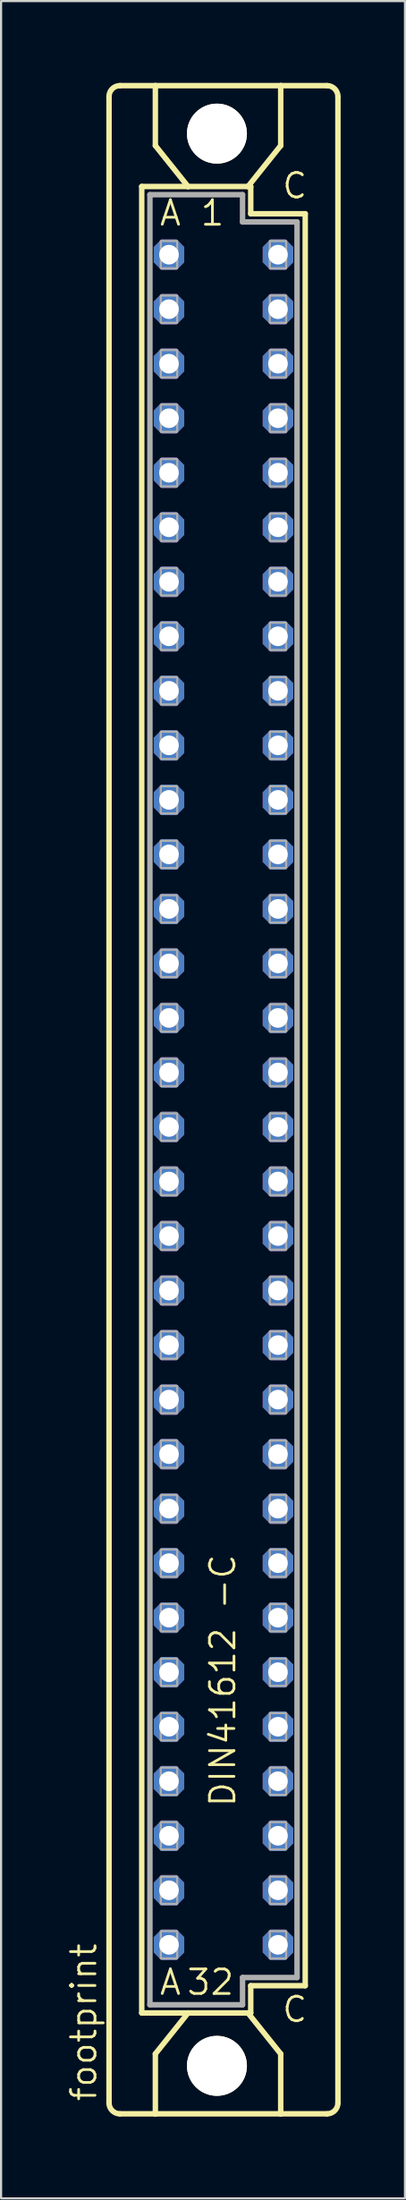
<source format=kicad_pcb>
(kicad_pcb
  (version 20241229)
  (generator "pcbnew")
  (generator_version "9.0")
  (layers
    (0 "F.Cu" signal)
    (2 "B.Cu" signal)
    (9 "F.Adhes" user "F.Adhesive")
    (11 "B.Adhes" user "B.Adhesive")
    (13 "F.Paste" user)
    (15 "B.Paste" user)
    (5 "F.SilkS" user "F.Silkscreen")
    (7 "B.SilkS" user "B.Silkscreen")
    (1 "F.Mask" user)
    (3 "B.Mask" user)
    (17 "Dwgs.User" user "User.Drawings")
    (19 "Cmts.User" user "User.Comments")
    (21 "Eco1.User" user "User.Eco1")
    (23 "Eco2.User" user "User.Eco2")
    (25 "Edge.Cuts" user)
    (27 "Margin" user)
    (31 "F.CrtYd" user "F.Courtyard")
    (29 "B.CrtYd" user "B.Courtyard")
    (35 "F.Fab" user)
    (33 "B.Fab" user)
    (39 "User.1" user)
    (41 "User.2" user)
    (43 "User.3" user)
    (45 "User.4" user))
  (footprint "footprint"
    (layer "F.Cu")
    (at 7.366 48.184)
    (property "Reference" "footprint" (at -5.842 46.736 90) (layer "F.SilkS") (effects (font (size 1.143 1.143) (thickness 0.127)) (justify left bottom)))
    (fp_line (start -5.334 46.736) (end -5.334 -46.736) (stroke (width 0.254) (type solid)) (layer "F.SilkS"))
    (fp_line (start -4.826 -47.244) (end -3.175 -47.244) (stroke (width 0.254) (type solid)) (layer "F.SilkS"))
    (fp_line (start -4.826 47.244) (end -3.175 47.244) (stroke (width 0.254) (type solid)) (layer "F.SilkS"))
    (fp_line (start -3.81 -42.545) (end -3.81 42.545) (stroke (width 0.254) (type solid)) (layer "F.SilkS"))
    (fp_line (start -3.81 42.545) (end -1.651 42.545) (stroke (width 0.254) (type solid)) (layer "F.SilkS"))
    (fp_line (start -3.175 -47.244) (end -3.175 -44.45) (stroke (width 0.254) (type solid)) (layer "F.SilkS"))
    (fp_line (start -3.175 47.244) (end -3.175 44.45) (stroke (width 0.254) (type solid)) (layer "F.SilkS"))
    (fp_line (start -3.175 47.244) (end 2.667 47.244) (stroke (width 0.254) (type solid)) (layer "F.SilkS"))
    (fp_line (start -1.651 -42.545) (end -3.81 -42.545) (stroke (width 0.254) (type solid)) (layer "F.SilkS"))
    (fp_line (start -1.651 -42.545) (end -3.175 -44.45) (stroke (width 0.254) (type solid)) (layer "F.SilkS"))
    (fp_line (start -1.651 42.545) (end -3.175 44.45) (stroke (width 0.254) (type solid)) (layer "F.SilkS"))
    (fp_line (start -1.651 42.545) (end 1.143 42.545) (stroke (width 0.254) (type solid)) (layer "F.SilkS"))
    (fp_line (start 1.143 -42.545) (end -1.651 -42.545) (stroke (width 0.254) (type solid)) (layer "F.SilkS"))
    (fp_line (start 1.143 -42.545) (end 2.667 -44.45) (stroke (width 0.254) (type solid)) (layer "F.SilkS"))
    (fp_line (start 1.143 42.545) (end 1.27 42.545) (stroke (width 0.254) (type solid)) (layer "F.SilkS"))
    (fp_line (start 1.143 42.545) (end 2.667 44.45) (stroke (width 0.254) (type solid)) (layer "F.SilkS"))
    (fp_line (start 1.27 -42.545) (end 1.143 -42.545) (stroke (width 0.254) (type solid)) (layer "F.SilkS"))
    (fp_line (start 1.27 -41.275) (end 1.27 -42.545) (stroke (width 0.254) (type solid)) (layer "F.SilkS"))
    (fp_line (start 1.27 41.275) (end 3.81 41.275) (stroke (width 0.254) (type solid)) (layer "F.SilkS"))
    (fp_line (start 1.27 42.545) (end 1.27 41.275) (stroke (width 0.254) (type solid)) (layer "F.SilkS"))
    (fp_line (start 2.667 -47.244) (end -3.175 -47.244) (stroke (width 0.254) (type solid)) (layer "F.SilkS"))
    (fp_line (start 2.667 -47.244) (end 2.667 -44.45) (stroke (width 0.254) (type solid)) (layer "F.SilkS"))
    (fp_line (start 2.667 47.244) (end 2.667 44.45) (stroke (width 0.254) (type solid)) (layer "F.SilkS"))
    (fp_line (start 2.667 47.244) (end 4.826 47.244) (stroke (width 0.254) (type solid)) (layer "F.SilkS"))
    (fp_line (start 3.81 -41.275) (end 1.27 -41.275) (stroke (width 0.254) (type solid)) (layer "F.SilkS"))
    (fp_line (start 3.81 41.275) (end 3.81 -41.275) (stroke (width 0.254) (type solid)) (layer "F.SilkS"))
    (fp_line (start 4.826 -47.244) (end 2.667 -47.244) (stroke (width 0.254) (type solid)) (layer "F.SilkS"))
    (fp_line (start 5.334 46.736) (end 5.334 -46.736) (stroke (width 0.254) (type solid)) (layer "F.SilkS"))
    (fp_arc (start -5.334 -46.736) (mid -5.18521 -47.09521) (end -4.826 -47.244) (stroke (width 0.254) (type solid)) (layer "F.SilkS"))
    (fp_arc (start -4.826 47.244) (mid -5.18521 47.09521) (end -5.334 46.736) (stroke (width 0.254) (type solid)) (layer "F.SilkS"))
    (fp_arc (start 4.826 -47.244) (mid 5.18521 -47.09521) (end 5.334 -46.736) (stroke (width 0.254) (type solid)) (layer "F.SilkS"))
    (fp_arc (start 5.334 46.736) (mid 5.18521 47.09521) (end 4.826 47.244) (stroke (width 0.254) (type solid)) (layer "F.SilkS"))
    (fp_circle (center -0.305 -45.009) (end 0.965 -45.009) (stroke (width 0.254) (type solid)) (fill no) (layer "F.SilkS"))
    (fp_circle (center -0.305 45.009) (end 0.965 45.009) (stroke (width 0.254) (type solid)) (fill no) (layer "F.SilkS"))
    (fp_line (start -3.429 -42.164) (end -3.429 42.164) (stroke (width 0.254) (type solid)) (layer "F.Fab"))
    (fp_line (start -3.429 -42.164) (end 0.889 -42.164) (stroke (width 0.254) (type solid)) (layer "F.Fab"))
    (fp_line (start -3.429 42.164) (end 0.889 42.164) (stroke (width 0.254) (type solid)) (layer "F.Fab"))
    (fp_line (start 0.889 -42.164) (end 0.889 -40.894) (stroke (width 0.254) (type solid)) (layer "F.Fab"))
    (fp_line (start 0.889 -40.894) (end 3.429 -40.894) (stroke (width 0.254) (type solid)) (layer "F.Fab"))
    (fp_line (start 0.889 40.894) (end 3.429 40.894) (stroke (width 0.254) (type solid)) (layer "F.Fab"))
    (fp_line (start 0.889 42.164) (end 0.889 40.894) (stroke (width 0.254) (type solid)) (layer "F.Fab"))
    (fp_line (start 3.429 -40.894) (end 3.429 40.894) (stroke (width 0.254) (type solid)) (layer "F.Fab"))
    (fp_poly (pts (xy -2.921 -38.735) (xy -2.159 -38.735) (xy -2.159 -40.005) (xy -2.921 -40.005)) (stroke (width 0.1) (type solid)) (fill no) (layer "F.Fab"))
    (fp_poly (pts (xy -2.921 -36.195) (xy -2.159 -36.195) (xy -2.159 -37.465) (xy -2.921 -37.465)) (stroke (width 0.1) (type solid)) (fill no) (layer "F.Fab"))
    (fp_poly (pts (xy -2.921 -33.655) (xy -2.159 -33.655) (xy -2.159 -34.925) (xy -2.921 -34.925)) (stroke (width 0.1) (type solid)) (fill no) (layer "F.Fab"))
    (fp_poly (pts (xy -2.921 -31.115) (xy -2.159 -31.115) (xy -2.159 -32.385) (xy -2.921 -32.385)) (stroke (width 0.1) (type solid)) (fill no) (layer "F.Fab"))
    (fp_poly (pts (xy -2.921 -28.575) (xy -2.159 -28.575) (xy -2.159 -29.845) (xy -2.921 -29.845)) (stroke (width 0.1) (type solid)) (fill no) (layer "F.Fab"))
    (fp_poly (pts (xy -2.921 -26.035) (xy -2.159 -26.035) (xy -2.159 -27.305) (xy -2.921 -27.305)) (stroke (width 0.1) (type solid)) (fill no) (layer "F.Fab"))
    (fp_poly (pts (xy -2.921 -23.495) (xy -2.159 -23.495) (xy -2.159 -24.765) (xy -2.921 -24.765)) (stroke (width 0.1) (type solid)) (fill no) (layer "F.Fab"))
    (fp_poly (pts (xy -2.921 -20.955) (xy -2.159 -20.955) (xy -2.159 -22.225) (xy -2.921 -22.225)) (stroke (width 0.1) (type solid)) (fill no) (layer "F.Fab"))
    (fp_poly (pts (xy -2.921 -18.415) (xy -2.159 -18.415) (xy -2.159 -19.685) (xy -2.921 -19.685)) (stroke (width 0.1) (type solid)) (fill no) (layer "F.Fab"))
    (fp_poly (pts (xy -2.921 -15.875) (xy -2.159 -15.875) (xy -2.159 -17.145) (xy -2.921 -17.145)) (stroke (width 0.1) (type solid)) (fill no) (layer "F.Fab"))
    (fp_poly (pts (xy -2.921 -13.335) (xy -2.159 -13.335) (xy -2.159 -14.605) (xy -2.921 -14.605)) (stroke (width 0.1) (type solid)) (fill no) (layer "F.Fab"))
    (fp_poly (pts (xy -2.921 -10.795) (xy -2.159 -10.795) (xy -2.159 -12.065) (xy -2.921 -12.065)) (stroke (width 0.1) (type solid)) (fill no) (layer "F.Fab"))
    (fp_poly (pts (xy -2.921 -8.255) (xy -2.159 -8.255) (xy -2.159 -9.525) (xy -2.921 -9.525)) (stroke (width 0.1) (type solid)) (fill no) (layer "F.Fab"))
    (fp_poly (pts (xy -2.921 -5.715) (xy -2.159 -5.715) (xy -2.159 -6.985) (xy -2.921 -6.985)) (stroke (width 0.1) (type solid)) (fill no) (layer "F.Fab"))
    (fp_poly (pts (xy -2.921 -3.175) (xy -2.159 -3.175) (xy -2.159 -4.445) (xy -2.921 -4.445)) (stroke (width 0.1) (type solid)) (fill no) (layer "F.Fab"))
    (fp_poly (pts (xy -2.921 -0.635) (xy -2.159 -0.635) (xy -2.159 -1.905) (xy -2.921 -1.905)) (stroke (width 0.1) (type solid)) (fill no) (layer "F.Fab"))
    (fp_poly (pts (xy -2.921 1.905) (xy -2.159 1.905) (xy -2.159 0.635) (xy -2.921 0.635)) (stroke (width 0.1) (type solid)) (fill no) (layer "F.Fab"))
    (fp_poly (pts (xy -2.921 4.445) (xy -2.159 4.445) (xy -2.159 3.175) (xy -2.921 3.175)) (stroke (width 0.1) (type solid)) (fill no) (layer "F.Fab"))
    (fp_poly (pts (xy -2.921 6.985) (xy -2.159 6.985) (xy -2.159 5.715) (xy -2.921 5.715)) (stroke (width 0.1) (type solid)) (fill no) (layer "F.Fab"))
    (fp_poly (pts (xy -2.921 9.525) (xy -2.159 9.525) (xy -2.159 8.255) (xy -2.921 8.255)) (stroke (width 0.1) (type solid)) (fill no) (layer "F.Fab"))
    (fp_poly (pts (xy -2.921 12.065) (xy -2.159 12.065) (xy -2.159 10.795) (xy -2.921 10.795)) (stroke (width 0.1) (type solid)) (fill no) (layer "F.Fab"))
    (fp_poly (pts (xy -2.921 14.605) (xy -2.159 14.605) (xy -2.159 13.335) (xy -2.921 13.335)) (stroke (width 0.1) (type solid)) (fill no) (layer "F.Fab"))
    (fp_poly (pts (xy -2.921 17.145) (xy -2.159 17.145) (xy -2.159 15.875) (xy -2.921 15.875)) (stroke (width 0.1) (type solid)) (fill no) (layer "F.Fab"))
    (fp_poly (pts (xy -2.921 19.685) (xy -2.159 19.685) (xy -2.159 18.415) (xy -2.921 18.415)) (stroke (width 0.1) (type solid)) (fill no) (layer "F.Fab"))
    (fp_poly (pts (xy -2.921 22.225) (xy -2.159 22.225) (xy -2.159 20.955) (xy -2.921 20.955)) (stroke (width 0.1) (type solid)) (fill no) (layer "F.Fab"))
    (fp_poly (pts (xy -2.921 24.765) (xy -2.159 24.765) (xy -2.159 23.495) (xy -2.921 23.495)) (stroke (width 0.1) (type solid)) (fill no) (layer "F.Fab"))
    (fp_poly (pts (xy -2.921 27.305) (xy -2.159 27.305) (xy -2.159 26.035) (xy -2.921 26.035)) (stroke (width 0.1) (type solid)) (fill no) (layer "F.Fab"))
    (fp_poly (pts (xy -2.921 29.845) (xy -2.159 29.845) (xy -2.159 28.575) (xy -2.921 28.575)) (stroke (width 0.1) (type solid)) (fill no) (layer "F.Fab"))
    (fp_poly (pts (xy -2.921 32.385) (xy -2.159 32.385) (xy -2.159 31.115) (xy -2.921 31.115)) (stroke (width 0.1) (type solid)) (fill no) (layer "F.Fab"))
    (fp_poly (pts (xy -2.921 34.925) (xy -2.159 34.925) (xy -2.159 33.655) (xy -2.921 33.655)) (stroke (width 0.1) (type solid)) (fill no) (layer "F.Fab"))
    (fp_poly (pts (xy -2.921 37.465) (xy -2.159 37.465) (xy -2.159 36.195) (xy -2.921 36.195)) (stroke (width 0.1) (type solid)) (fill no) (layer "F.Fab"))
    (fp_poly (pts (xy -2.921 40.005) (xy -2.159 40.005) (xy -2.159 38.735) (xy -2.921 38.735)) (stroke (width 0.1) (type solid)) (fill no) (layer "F.Fab"))
    (fp_poly (pts (xy 2.159 -38.735) (xy 2.921 -38.735) (xy 2.921 -40.005) (xy 2.159 -40.005)) (stroke (width 0.1) (type solid)) (fill no) (layer "F.Fab"))
    (fp_poly (pts (xy 2.159 -36.195) (xy 2.921 -36.195) (xy 2.921 -37.465) (xy 2.159 -37.465)) (stroke (width 0.1) (type solid)) (fill no) (layer "F.Fab"))
    (fp_poly (pts (xy 2.159 -33.655) (xy 2.921 -33.655) (xy 2.921 -34.925) (xy 2.159 -34.925)) (stroke (width 0.1) (type solid)) (fill no) (layer "F.Fab"))
    (fp_poly (pts (xy 2.159 -31.115) (xy 2.921 -31.115) (xy 2.921 -32.385) (xy 2.159 -32.385)) (stroke (width 0.1) (type solid)) (fill no) (layer "F.Fab"))
    (fp_poly (pts (xy 2.159 -28.575) (xy 2.921 -28.575) (xy 2.921 -29.845) (xy 2.159 -29.845)) (stroke (width 0.1) (type solid)) (fill no) (layer "F.Fab"))
    (fp_poly (pts (xy 2.159 -26.035) (xy 2.921 -26.035) (xy 2.921 -27.305) (xy 2.159 -27.305)) (stroke (width 0.1) (type solid)) (fill no) (layer "F.Fab"))
    (fp_poly (pts (xy 2.159 -23.495) (xy 2.921 -23.495) (xy 2.921 -24.765) (xy 2.159 -24.765)) (stroke (width 0.1) (type solid)) (fill no) (layer "F.Fab"))
    (fp_poly (pts (xy 2.159 -20.955) (xy 2.921 -20.955) (xy 2.921 -22.225) (xy 2.159 -22.225)) (stroke (width 0.1) (type solid)) (fill no) (layer "F.Fab"))
    (fp_poly (pts (xy 2.159 -18.415) (xy 2.921 -18.415) (xy 2.921 -19.685) (xy 2.159 -19.685)) (stroke (width 0.1) (type solid)) (fill no) (layer "F.Fab"))
    (fp_poly (pts (xy 2.159 -15.875) (xy 2.921 -15.875) (xy 2.921 -17.145) (xy 2.159 -17.145)) (stroke (width 0.1) (type solid)) (fill no) (layer "F.Fab"))
    (fp_poly (pts (xy 2.159 -13.335) (xy 2.921 -13.335) (xy 2.921 -14.605) (xy 2.159 -14.605)) (stroke (width 0.1) (type solid)) (fill no) (layer "F.Fab"))
    (fp_poly (pts (xy 2.159 -10.795) (xy 2.921 -10.795) (xy 2.921 -12.065) (xy 2.159 -12.065)) (stroke (width 0.1) (type solid)) (fill no) (layer "F.Fab"))
    (fp_poly (pts (xy 2.159 -8.255) (xy 2.921 -8.255) (xy 2.921 -9.525) (xy 2.159 -9.525)) (stroke (width 0.1) (type solid)) (fill no) (layer "F.Fab"))
    (fp_poly (pts (xy 2.159 -5.715) (xy 2.921 -5.715) (xy 2.921 -6.985) (xy 2.159 -6.985)) (stroke (width 0.1) (type solid)) (fill no) (layer "F.Fab"))
    (fp_poly (pts (xy 2.159 -3.175) (xy 2.921 -3.175) (xy 2.921 -4.445) (xy 2.159 -4.445)) (stroke (width 0.1) (type solid)) (fill no) (layer "F.Fab"))
    (fp_poly (pts (xy 2.159 -0.635) (xy 2.921 -0.635) (xy 2.921 -1.905) (xy 2.159 -1.905)) (stroke (width 0.1) (type solid)) (fill no) (layer "F.Fab"))
    (fp_poly (pts (xy 2.159 1.905) (xy 2.921 1.905) (xy 2.921 0.635) (xy 2.159 0.635)) (stroke (width 0.1) (type solid)) (fill no) (layer "F.Fab"))
    (fp_poly (pts (xy 2.159 4.445) (xy 2.921 4.445) (xy 2.921 3.175) (xy 2.159 3.175)) (stroke (width 0.1) (type solid)) (fill no) (layer "F.Fab"))
    (fp_poly (pts (xy 2.159 6.985) (xy 2.921 6.985) (xy 2.921 5.715) (xy 2.159 5.715)) (stroke (width 0.1) (type solid)) (fill no) (layer "F.Fab"))
    (fp_poly (pts (xy 2.159 9.525) (xy 2.921 9.525) (xy 2.921 8.255) (xy 2.159 8.255)) (stroke (width 0.1) (type solid)) (fill no) (layer "F.Fab"))
    (fp_poly (pts (xy 2.159 12.065) (xy 2.921 12.065) (xy 2.921 10.795) (xy 2.159 10.795)) (stroke (width 0.1) (type solid)) (fill no) (layer "F.Fab"))
    (fp_poly (pts (xy 2.159 14.605) (xy 2.921 14.605) (xy 2.921 13.335) (xy 2.159 13.335)) (stroke (width 0.1) (type solid)) (fill no) (layer "F.Fab"))
    (fp_poly (pts (xy 2.159 17.145) (xy 2.921 17.145) (xy 2.921 15.875) (xy 2.159 15.875)) (stroke (width 0.1) (type solid)) (fill no) (layer "F.Fab"))
    (fp_poly (pts (xy 2.159 19.685) (xy 2.921 19.685) (xy 2.921 18.415) (xy 2.159 18.415)) (stroke (width 0.1) (type solid)) (fill no) (layer "F.Fab"))
    (fp_poly (pts (xy 2.159 22.225) (xy 2.921 22.225) (xy 2.921 20.955) (xy 2.159 20.955)) (stroke (width 0.1) (type solid)) (fill no) (layer "F.Fab"))
    (fp_poly (pts (xy 2.159 24.765) (xy 2.921 24.765) (xy 2.921 23.495) (xy 2.159 23.495)) (stroke (width 0.1) (type solid)) (fill no) (layer "F.Fab"))
    (fp_poly (pts (xy 2.159 27.305) (xy 2.921 27.305) (xy 2.921 26.035) (xy 2.159 26.035)) (stroke (width 0.1) (type solid)) (fill no) (layer "F.Fab"))
    (fp_poly (pts (xy 2.159 29.845) (xy 2.921 29.845) (xy 2.921 28.575) (xy 2.159 28.575)) (stroke (width 0.1) (type solid)) (fill no) (layer "F.Fab"))
    (fp_poly (pts (xy 2.159 32.385) (xy 2.921 32.385) (xy 2.921 31.115) (xy 2.159 31.115)) (stroke (width 0.1) (type solid)) (fill no) (layer "F.Fab"))
    (fp_poly (pts (xy 2.159 34.925) (xy 2.921 34.925) (xy 2.921 33.655) (xy 2.159 33.655)) (stroke (width 0.1) (type solid)) (fill no) (layer "F.Fab"))
    (fp_poly (pts (xy 2.159 37.465) (xy 2.921 37.465) (xy 2.921 36.195) (xy 2.159 36.195)) (stroke (width 0.1) (type solid)) (fill no) (layer "F.Fab"))
    (fp_poly (pts (xy 2.159 40.005) (xy 2.921 40.005) (xy 2.921 38.735) (xy 2.159 38.735)) (stroke (width 0.1) (type solid)) (fill no) (layer "F.Fab"))
    (fp_text user "A" (at -3.048 -40.64 0) (layer "F.SilkS") (effects (font (size 1.143 1.143) (thickness 0.127)) (justify left bottom)))
    (fp_text user "DIN41612 -C" (at 0.635 33.02 90) (layer "F.SilkS") (effects (font (size 1.143 1.143) (thickness 0.127)) (justify left bottom)))
    (fp_text user "C" (at 2.667 -41.91 0) (layer "F.SilkS") (effects (font (size 1.143 1.143) (thickness 0.127)) (justify left bottom)))
    (fp_text user "C" (at 2.667 43.053 0) (layer "F.SilkS") (effects (font (size 1.143 1.143) (thickness 0.127)) (justify left bottom)))
    (fp_text user "1" (at -1.143 -40.64 0) (layer "F.SilkS") (effects (font (size 1.143 1.143) (thickness 0.127)) (justify left bottom)))
    (fp_text user "A" (at -3.048 41.783 0) (layer "F.SilkS") (effects (font (size 1.143 1.143) (thickness 0.127)) (justify left bottom)))
    (fp_text user "32" (at -1.778 41.783 0) (layer "F.SilkS") (effects (font (size 1.143 1.143) (thickness 0.127)) (justify left bottom)))
    (pad "" np_thru_hole circle (at -0.305 -45.009) (size 2.794 2.794) (drill 2.794) (layers "*.Cu" "*.Mask"))
    (pad "" np_thru_hole circle (at -0.305 45.009) (size 2.794 2.794) (drill 2.794) (layers "*.Cu" "*.Mask"))
    (pad "A1" thru_hole roundrect (at -2.54 -39.37) (size 1.422 1.422) (drill 0.914) (layers "*.Cu" "*.Mask") (roundrect_rratio 0.25) (chamfer_ratio 0.25) (chamfer top_left top_right bottom_left bottom_right))
    (pad "A2" thru_hole roundrect (at -2.54 -36.83) (size 1.422 1.422) (drill 0.914) (layers "*.Cu" "*.Mask") (roundrect_rratio 0.25) (chamfer_ratio 0.25) (chamfer top_left top_right bottom_left bottom_right))
    (pad "A3" thru_hole roundrect (at -2.54 -34.29) (size 1.422 1.422) (drill 0.914) (layers "*.Cu" "*.Mask") (roundrect_rratio 0.25) (chamfer_ratio 0.25) (chamfer top_left top_right bottom_left bottom_right))
    (pad "A4" thru_hole roundrect (at -2.54 -31.75) (size 1.422 1.422) (drill 0.914) (layers "*.Cu" "*.Mask") (roundrect_rratio 0.25) (chamfer_ratio 0.25) (chamfer top_left top_right bottom_left bottom_right))
    (pad "A5" thru_hole roundrect (at -2.54 -29.21) (size 1.422 1.422) (drill 0.914) (layers "*.Cu" "*.Mask") (roundrect_rratio 0.25) (chamfer_ratio 0.25) (chamfer top_left top_right bottom_left bottom_right))
    (pad "A6" thru_hole roundrect (at -2.54 -26.67) (size 1.422 1.422) (drill 0.914) (layers "*.Cu" "*.Mask") (roundrect_rratio 0.25) (chamfer_ratio 0.25) (chamfer top_left top_right bottom_left bottom_right))
    (pad "A7" thru_hole roundrect (at -2.54 -24.13) (size 1.422 1.422) (drill 0.914) (layers "*.Cu" "*.Mask") (roundrect_rratio 0.25) (chamfer_ratio 0.25) (chamfer top_left top_right bottom_left bottom_right))
    (pad "A8" thru_hole roundrect (at -2.54 -21.59) (size 1.422 1.422) (drill 0.914) (layers "*.Cu" "*.Mask") (roundrect_rratio 0.25) (chamfer_ratio 0.25) (chamfer top_left top_right bottom_left bottom_right))
    (pad "A9" thru_hole roundrect (at -2.54 -19.05) (size 1.422 1.422) (drill 0.914) (layers "*.Cu" "*.Mask") (roundrect_rratio 0.25) (chamfer_ratio 0.25) (chamfer top_left top_right bottom_left bottom_right))
    (pad "A10" thru_hole roundrect (at -2.54 -16.51) (size 1.422 1.422) (drill 0.914) (layers "*.Cu" "*.Mask") (roundrect_rratio 0.25) (chamfer_ratio 0.25) (chamfer top_left top_right bottom_left bottom_right))
    (pad "A11" thru_hole roundrect (at -2.54 -13.97) (size 1.422 1.422) (drill 0.914) (layers "*.Cu" "*.Mask") (roundrect_rratio 0.25) (chamfer_ratio 0.25) (chamfer top_left top_right bottom_left bottom_right))
    (pad "A12" thru_hole roundrect (at -2.54 -11.43) (size 1.422 1.422) (drill 0.914) (layers "*.Cu" "*.Mask") (roundrect_rratio 0.25) (chamfer_ratio 0.25) (chamfer top_left top_right bottom_left bottom_right))
    (pad "A13" thru_hole roundrect (at -2.54 -8.89) (size 1.422 1.422) (drill 0.914) (layers "*.Cu" "*.Mask") (roundrect_rratio 0.25) (chamfer_ratio 0.25) (chamfer top_left top_right bottom_left bottom_right))
    (pad "A14" thru_hole roundrect (at -2.54 -6.35) (size 1.422 1.422) (drill 0.914) (layers "*.Cu" "*.Mask") (roundrect_rratio 0.25) (chamfer_ratio 0.25) (chamfer top_left top_right bottom_left bottom_right))
    (pad "A15" thru_hole roundrect (at -2.54 -3.81) (size 1.422 1.422) (drill 0.914) (layers "*.Cu" "*.Mask") (roundrect_rratio 0.25) (chamfer_ratio 0.25) (chamfer top_left top_right bottom_left bottom_right))
    (pad "A16" thru_hole roundrect (at -2.54 -1.27) (size 1.422 1.422) (drill 0.914) (layers "*.Cu" "*.Mask") (roundrect_rratio 0.25) (chamfer_ratio 0.25) (chamfer top_left top_right bottom_left bottom_right))
    (pad "A17" thru_hole roundrect (at -2.54 1.27) (size 1.422 1.422) (drill 0.914) (layers "*.Cu" "*.Mask") (roundrect_rratio 0.25) (chamfer_ratio 0.25) (chamfer top_left top_right bottom_left bottom_right))
    (pad "A18" thru_hole roundrect (at -2.54 3.81) (size 1.422 1.422) (drill 0.914) (layers "*.Cu" "*.Mask") (roundrect_rratio 0.25) (chamfer_ratio 0.25) (chamfer top_left top_right bottom_left bottom_right))
    (pad "A19" thru_hole roundrect (at -2.54 6.35) (size 1.422 1.422) (drill 0.914) (layers "*.Cu" "*.Mask") (roundrect_rratio 0.25) (chamfer_ratio 0.25) (chamfer top_left top_right bottom_left bottom_right))
    (pad "A20" thru_hole roundrect (at -2.54 8.89) (size 1.422 1.422) (drill 0.914) (layers "*.Cu" "*.Mask") (roundrect_rratio 0.25) (chamfer_ratio 0.25) (chamfer top_left top_right bottom_left bottom_right))
    (pad "A21" thru_hole roundrect (at -2.54 11.43) (size 1.422 1.422) (drill 0.914) (layers "*.Cu" "*.Mask") (roundrect_rratio 0.25) (chamfer_ratio 0.25) (chamfer top_left top_right bottom_left bottom_right))
    (pad "A22" thru_hole roundrect (at -2.54 13.97) (size 1.422 1.422) (drill 0.914) (layers "*.Cu" "*.Mask") (roundrect_rratio 0.25) (chamfer_ratio 0.25) (chamfer top_left top_right bottom_left bottom_right))
    (pad "A23" thru_hole roundrect (at -2.54 16.51) (size 1.422 1.422) (drill 0.914) (layers "*.Cu" "*.Mask") (roundrect_rratio 0.25) (chamfer_ratio 0.25) (chamfer top_left top_right bottom_left bottom_right))
    (pad "A24" thru_hole roundrect (at -2.54 19.05) (size 1.422 1.422) (drill 0.914) (layers "*.Cu" "*.Mask") (roundrect_rratio 0.25) (chamfer_ratio 0.25) (chamfer top_left top_right bottom_left bottom_right))
    (pad "A25" thru_hole roundrect (at -2.54 21.59) (size 1.422 1.422) (drill 0.914) (layers "*.Cu" "*.Mask") (roundrect_rratio 0.25) (chamfer_ratio 0.25) (chamfer top_left top_right bottom_left bottom_right))
    (pad "A26" thru_hole roundrect (at -2.54 24.13) (size 1.422 1.422) (drill 0.914) (layers "*.Cu" "*.Mask") (roundrect_rratio 0.25) (chamfer_ratio 0.25) (chamfer top_left top_right bottom_left bottom_right))
    (pad "A27" thru_hole roundrect (at -2.54 26.67) (size 1.422 1.422) (drill 0.914) (layers "*.Cu" "*.Mask") (roundrect_rratio 0.25) (chamfer_ratio 0.25) (chamfer top_left top_right bottom_left bottom_right))
    (pad "A28" thru_hole roundrect (at -2.54 29.21) (size 1.422 1.422) (drill 0.914) (layers "*.Cu" "*.Mask") (roundrect_rratio 0.25) (chamfer_ratio 0.25) (chamfer top_left top_right bottom_left bottom_right))
    (pad "A29" thru_hole roundrect (at -2.54 31.75) (size 1.422 1.422) (drill 0.914) (layers "*.Cu" "*.Mask") (roundrect_rratio 0.25) (chamfer_ratio 0.25) (chamfer top_left top_right bottom_left bottom_right))
    (pad "A30" thru_hole roundrect (at -2.54 34.29) (size 1.422 1.422) (drill 0.914) (layers "*.Cu" "*.Mask") (roundrect_rratio 0.25) (chamfer_ratio 0.25) (chamfer top_left top_right bottom_left bottom_right))
    (pad "A31" thru_hole roundrect (at -2.54 36.83) (size 1.422 1.422) (drill 0.914) (layers "*.Cu" "*.Mask") (roundrect_rratio 0.25) (chamfer_ratio 0.25) (chamfer top_left top_right bottom_left bottom_right))
    (pad "A32" thru_hole roundrect (at -2.54 39.37) (size 1.422 1.422) (drill 0.914) (layers "*.Cu" "*.Mask") (roundrect_rratio 0.25) (chamfer_ratio 0.25) (chamfer top_left top_right bottom_left bottom_right))
    (pad "C1" thru_hole roundrect (at 2.54 -39.37) (size 1.422 1.422) (drill 0.914) (layers "*.Cu" "*.Mask") (roundrect_rratio 0.25) (chamfer_ratio 0.25) (chamfer top_left top_right bottom_left bottom_right))
    (pad "C2" thru_hole roundrect (at 2.54 -36.83) (size 1.422 1.422) (drill 0.914) (layers "*.Cu" "*.Mask") (roundrect_rratio 0.25) (chamfer_ratio 0.25) (chamfer top_left top_right bottom_left bottom_right))
    (pad "C3" thru_hole roundrect (at 2.54 -34.29) (size 1.422 1.422) (drill 0.914) (layers "*.Cu" "*.Mask") (roundrect_rratio 0.25) (chamfer_ratio 0.25) (chamfer top_left top_right bottom_left bottom_right))
    (pad "C4" thru_hole roundrect (at 2.54 -31.75) (size 1.422 1.422) (drill 0.914) (layers "*.Cu" "*.Mask") (roundrect_rratio 0.25) (chamfer_ratio 0.25) (chamfer top_left top_right bottom_left bottom_right))
    (pad "C5" thru_hole roundrect (at 2.54 -29.21) (size 1.422 1.422) (drill 0.914) (layers "*.Cu" "*.Mask") (roundrect_rratio 0.25) (chamfer_ratio 0.25) (chamfer top_left top_right bottom_left bottom_right))
    (pad "C6" thru_hole roundrect (at 2.54 -26.67) (size 1.422 1.422) (drill 0.914) (layers "*.Cu" "*.Mask") (roundrect_rratio 0.25) (chamfer_ratio 0.25) (chamfer top_left top_right bottom_left bottom_right))
    (pad "C7" thru_hole roundrect (at 2.54 -24.13) (size 1.422 1.422) (drill 0.914) (layers "*.Cu" "*.Mask") (roundrect_rratio 0.25) (chamfer_ratio 0.25) (chamfer top_left top_right bottom_left bottom_right))
    (pad "C8" thru_hole roundrect (at 2.54 -21.59) (size 1.422 1.422) (drill 0.914) (layers "*.Cu" "*.Mask") (roundrect_rratio 0.25) (chamfer_ratio 0.25) (chamfer top_left top_right bottom_left bottom_right))
    (pad "C9" thru_hole roundrect (at 2.54 -19.05) (size 1.422 1.422) (drill 0.914) (layers "*.Cu" "*.Mask") (roundrect_rratio 0.25) (chamfer_ratio 0.25) (chamfer top_left top_right bottom_left bottom_right))
    (pad "C10" thru_hole roundrect (at 2.54 -16.51) (size 1.422 1.422) (drill 0.914) (layers "*.Cu" "*.Mask") (roundrect_rratio 0.25) (chamfer_ratio 0.25) (chamfer top_left top_right bottom_left bottom_right))
    (pad "C11" thru_hole roundrect (at 2.54 -13.97) (size 1.422 1.422) (drill 0.914) (layers "*.Cu" "*.Mask") (roundrect_rratio 0.25) (chamfer_ratio 0.25) (chamfer top_left top_right bottom_left bottom_right))
    (pad "C12" thru_hole roundrect (at 2.54 -11.43) (size 1.422 1.422) (drill 0.914) (layers "*.Cu" "*.Mask") (roundrect_rratio 0.25) (chamfer_ratio 0.25) (chamfer top_left top_right bottom_left bottom_right))
    (pad "C13" thru_hole roundrect (at 2.54 -8.89) (size 1.422 1.422) (drill 0.914) (layers "*.Cu" "*.Mask") (roundrect_rratio 0.25) (chamfer_ratio 0.25) (chamfer top_left top_right bottom_left bottom_right))
    (pad "C14" thru_hole roundrect (at 2.54 -6.35) (size 1.422 1.422) (drill 0.914) (layers "*.Cu" "*.Mask") (roundrect_rratio 0.25) (chamfer_ratio 0.25) (chamfer top_left top_right bottom_left bottom_right))
    (pad "C15" thru_hole roundrect (at 2.54 -3.81) (size 1.422 1.422) (drill 0.914) (layers "*.Cu" "*.Mask") (roundrect_rratio 0.25) (chamfer_ratio 0.25) (chamfer top_left top_right bottom_left bottom_right))
    (pad "C16" thru_hole roundrect (at 2.54 -1.27) (size 1.422 1.422) (drill 0.914) (layers "*.Cu" "*.Mask") (roundrect_rratio 0.25) (chamfer_ratio 0.25) (chamfer top_left top_right bottom_left bottom_right))
    (pad "C17" thru_hole roundrect (at 2.54 1.27) (size 1.422 1.422) (drill 0.914) (layers "*.Cu" "*.Mask") (roundrect_rratio 0.25) (chamfer_ratio 0.25) (chamfer top_left top_right bottom_left bottom_right))
    (pad "C18" thru_hole roundrect (at 2.54 3.81) (size 1.422 1.422) (drill 0.914) (layers "*.Cu" "*.Mask") (roundrect_rratio 0.25) (chamfer_ratio 0.25) (chamfer top_left top_right bottom_left bottom_right))
    (pad "C19" thru_hole roundrect (at 2.54 6.35) (size 1.422 1.422) (drill 0.914) (layers "*.Cu" "*.Mask") (roundrect_rratio 0.25) (chamfer_ratio 0.25) (chamfer top_left top_right bottom_left bottom_right))
    (pad "C20" thru_hole roundrect (at 2.54 8.89) (size 1.422 1.422) (drill 0.914) (layers "*.Cu" "*.Mask") (roundrect_rratio 0.25) (chamfer_ratio 0.25) (chamfer top_left top_right bottom_left bottom_right))
    (pad "C21" thru_hole roundrect (at 2.54 11.43) (size 1.422 1.422) (drill 0.914) (layers "*.Cu" "*.Mask") (roundrect_rratio 0.25) (chamfer_ratio 0.25) (chamfer top_left top_right bottom_left bottom_right))
    (pad "C22" thru_hole roundrect (at 2.54 13.97) (size 1.422 1.422) (drill 0.914) (layers "*.Cu" "*.Mask") (roundrect_rratio 0.25) (chamfer_ratio 0.25) (chamfer top_left top_right bottom_left bottom_right))
    (pad "C23" thru_hole roundrect (at 2.54 16.51) (size 1.422 1.422) (drill 0.914) (layers "*.Cu" "*.Mask") (roundrect_rratio 0.25) (chamfer_ratio 0.25) (chamfer top_left top_right bottom_left bottom_right))
    (pad "C24" thru_hole roundrect (at 2.54 19.05) (size 1.422 1.422) (drill 0.914) (layers "*.Cu" "*.Mask") (roundrect_rratio 0.25) (chamfer_ratio 0.25) (chamfer top_left top_right bottom_left bottom_right))
    (pad "C25" thru_hole roundrect (at 2.54 21.59) (size 1.422 1.422) (drill 0.914) (layers "*.Cu" "*.Mask") (roundrect_rratio 0.25) (chamfer_ratio 0.25) (chamfer top_left top_right bottom_left bottom_right))
    (pad "C26" thru_hole roundrect (at 2.54 24.13) (size 1.422 1.422) (drill 0.914) (layers "*.Cu" "*.Mask") (roundrect_rratio 0.25) (chamfer_ratio 0.25) (chamfer top_left top_right bottom_left bottom_right))
    (pad "C27" thru_hole roundrect (at 2.54 26.67) (size 1.422 1.422) (drill 0.914) (layers "*.Cu" "*.Mask") (roundrect_rratio 0.25) (chamfer_ratio 0.25) (chamfer top_left top_right bottom_left bottom_right))
    (pad "C28" thru_hole roundrect (at 2.54 29.21) (size 1.422 1.422) (drill 0.914) (layers "*.Cu" "*.Mask") (roundrect_rratio 0.25) (chamfer_ratio 0.25) (chamfer top_left top_right bottom_left bottom_right))
    (pad "C29" thru_hole roundrect (at 2.54 31.75) (size 1.422 1.422) (drill 0.914) (layers "*.Cu" "*.Mask") (roundrect_rratio 0.25) (chamfer_ratio 0.25) (chamfer top_left top_right bottom_left bottom_right))
    (pad "C30" thru_hole roundrect (at 2.54 34.29) (size 1.422 1.422) (drill 0.914) (layers "*.Cu" "*.Mask") (roundrect_rratio 0.25) (chamfer_ratio 0.25) (chamfer top_left top_right bottom_left bottom_right))
    (pad "C31" thru_hole roundrect (at 2.54 36.83) (size 1.422 1.422) (drill 0.914) (layers "*.Cu" "*.Mask") (roundrect_rratio 0.25) (chamfer_ratio 0.25) (chamfer top_left top_right bottom_left bottom_right))
    (pad "C32" thru_hole roundrect (at 2.54 39.37) (size 1.422 1.422) (drill 0.914) (layers "*.Cu" "*.Mask") (roundrect_rratio 0.25) (chamfer_ratio 0.25) (chamfer top_left top_right bottom_left bottom_right))
    (zone (net_name "") (layers "F.Cu" "B.Cu") (hatch edge 0.508) (connect_pads) (min_thickness 0.254) (filled_areas_thickness no) (keepout (tracks allowed) (vias not_allowed) (pads allowed) (copperpour allowed) (footprints allowed)) (placement (enabled no)) (fill) (polygon (pts (xy 10.236 3.175) (xy 10.188 2.624) (xy 10.045 2.089) (xy 9.811 1.587) (xy 9.493 1.134) (xy 9.102 0.743) (xy 8.649 0.425) (xy 8.147 0.191) (xy 7.613 0.048) (xy 7.061 0) (xy 6.51 0.048) (xy 5.975 0.191) (xy 5.474 0.425) (xy 5.02 0.743) (xy 4.629 1.134) (xy 4.312 1.587) (xy 4.078 2.089) (xy 3.934 2.624) (xy 3.886 3.175) (xy 3.934 3.726) (xy 4.078 4.261) (xy 4.312 4.763) (xy 4.629 5.216) (xy 5.02 5.607) (xy 5.474 5.925) (xy 5.975 6.159) (xy 6.51 6.302) (xy 7.061 6.35) (xy 7.613 6.302) (xy 8.147 6.159) (xy 8.649 5.925) (xy 9.102 5.607) (xy 9.493 5.216) (xy 9.811 4.763) (xy 10.045 4.261) (xy 10.188 3.726))) (polygon (pts (xy 8.458 3.175) (xy 8.437 2.932) (xy 8.374 2.697) (xy 8.271 2.477) (xy 8.131 2.277) (xy 7.959 2.105) (xy 7.76 1.965) (xy 7.539 1.862) (xy 7.304 1.799) (xy 7.061 1.778) (xy 6.819 1.799) (xy 6.583 1.862) (xy 6.363 1.965) (xy 6.163 2.105) (xy 5.991 2.277) (xy 5.851 2.477) (xy 5.748 2.697) (xy 5.685 2.932) (xy 5.664 3.175) (xy 5.685 3.418) (xy 5.748 3.653) (xy 5.851 3.873) (xy 5.991 4.073) (xy 6.163 4.245) (xy 6.363 4.385) (xy 6.583 4.488) (xy 6.819 4.551) (xy 7.061 4.572) (xy 7.304 4.551) (xy 7.539 4.488) (xy 7.76 4.385) (xy 7.959 4.245) (xy 8.131 4.073) (xy 8.271 3.873) (xy 8.374 3.653) (xy 8.437 3.418))))
    (zone (net_name "") (layers "F.Cu" "B.Cu") (hatch edge 0.508) (connect_pads) (min_thickness 0.254) (filled_areas_thickness no) (keepout (tracks allowed) (vias not_allowed) (pads allowed) (copperpour allowed) (footprints allowed)) (placement (enabled no)) (fill) (polygon (pts (xy 10.236 93.193) (xy 10.188 92.641) (xy 10.045 92.107) (xy 9.811 91.605) (xy 9.493 91.152) (xy 9.102 90.76) (xy 8.649 90.443) (xy 8.147 90.209) (xy 7.613 90.066) (xy 7.061 90.018) (xy 6.51 90.066) (xy 5.975 90.209) (xy 5.474 90.443) (xy 5.02 90.76) (xy 4.629 91.152) (xy 4.312 91.605) (xy 4.078 92.107) (xy 3.934 92.641) (xy 3.886 93.193) (xy 3.934 93.744) (xy 4.078 94.279) (xy 4.312 94.78) (xy 4.629 95.233) (xy 5.02 95.625) (xy 5.474 95.942) (xy 5.975 96.176) (xy 6.51 96.319) (xy 7.061 96.368) (xy 7.613 96.319) (xy 8.147 96.176) (xy 8.649 95.942) (xy 9.102 95.625) (xy 9.493 95.233) (xy 9.811 94.78) (xy 10.045 94.279) (xy 10.188 93.744))) (polygon (pts (xy 8.458 93.193) (xy 8.437 92.95) (xy 8.374 92.715) (xy 8.271 92.494) (xy 8.131 92.295) (xy 7.959 92.122) (xy 7.76 91.983) (xy 7.539 91.88) (xy 7.304 91.817) (xy 7.061 91.796) (xy 6.819 91.817) (xy 6.583 91.88) (xy 6.363 91.983) (xy 6.163 92.122) (xy 5.991 92.295) (xy 5.851 92.494) (xy 5.748 92.715) (xy 5.685 92.95) (xy 5.664 93.193) (xy 5.685 93.435) (xy 5.748 93.67) (xy 5.851 93.891) (xy 5.991 94.091) (xy 6.163 94.263) (xy 6.363 94.402) (xy 6.583 94.505) (xy 6.819 94.568) (xy 7.061 94.59) (xy 7.304 94.568) (xy 7.539 94.505) (xy 7.76 94.402) (xy 7.959 94.263) (xy 8.131 94.091) (xy 8.271 93.891) (xy 8.374 93.67) (xy 8.437 93.435))))
    (zone (net_name "") (layer "B.Cu") (hatch edge 0.508) (connect_pads) (min_thickness 0.254) (filled_areas_thickness no) (keepout (tracks not_allowed) (vias not_allowed) (pads not_allowed) (copperpour not_allowed) (footprints allowed)) (placement (enabled no)) (fill) (polygon (pts (xy 10.236 3.175) (xy 10.188 2.624) (xy 10.045 2.089) (xy 9.811 1.587) (xy 9.493 1.134) (xy 9.102 0.743) (xy 8.649 0.425) (xy 8.147 0.191) (xy 7.613 0.048) (xy 7.061 0) (xy 6.51 0.048) (xy 5.975 0.191) (xy 5.474 0.425) (xy 5.02 0.743) (xy 4.629 1.134) (xy 4.312 1.587) (xy 4.078 2.089) (xy 3.934 2.624) (xy 3.886 3.175) (xy 3.934 3.726) (xy 4.078 4.261) (xy 4.312 4.763) (xy 4.629 5.216) (xy 5.02 5.607) (xy 5.474 5.925) (xy 5.975 6.159) (xy 6.51 6.302) (xy 7.061 6.35) (xy 7.613 6.302) (xy 8.147 6.159) (xy 8.649 5.925) (xy 9.102 5.607) (xy 9.493 5.216) (xy 9.811 4.763) (xy 10.045 4.261) (xy 10.188 3.726))) (polygon (pts (xy 8.458 3.175) (xy 8.437 2.932) (xy 8.374 2.697) (xy 8.271 2.477) (xy 8.131 2.277) (xy 7.959 2.105) (xy 7.76 1.965) (xy 7.539 1.862) (xy 7.304 1.799) (xy 7.061 1.778) (xy 6.819 1.799) (xy 6.583 1.862) (xy 6.363 1.965) (xy 6.163 2.105) (xy 5.991 2.277) (xy 5.851 2.477) (xy 5.748 2.697) (xy 5.685 2.932) (xy 5.664 3.175) (xy 5.685 3.418) (xy 5.748 3.653) (xy 5.851 3.873) (xy 5.991 4.073) (xy 6.163 4.245) (xy 6.363 4.385) (xy 6.583 4.488) (xy 6.819 4.551) (xy 7.061 4.572) (xy 7.304 4.551) (xy 7.539 4.488) (xy 7.76 4.385) (xy 7.959 4.245) (xy 8.131 4.073) (xy 8.271 3.873) (xy 8.374 3.653) (xy 8.437 3.418))))
    (zone (net_name "") (layer "B.Cu") (hatch edge 0.508) (connect_pads) (min_thickness 0.254) (filled_areas_thickness no) (keepout (tracks not_allowed) (vias not_allowed) (pads not_allowed) (copperpour not_allowed) (footprints allowed)) (placement (enabled no)) (fill) (polygon (pts (xy 10.236 93.193) (xy 10.188 92.641) (xy 10.045 92.107) (xy 9.811 91.605) (xy 9.493 91.152) (xy 9.102 90.76) (xy 8.649 90.443) (xy 8.147 90.209) (xy 7.613 90.066) (xy 7.061 90.018) (xy 6.51 90.066) (xy 5.975 90.209) (xy 5.474 90.443) (xy 5.02 90.76) (xy 4.629 91.152) (xy 4.312 91.605) (xy 4.078 92.107) (xy 3.934 92.641) (xy 3.886 93.193) (xy 3.934 93.744) (xy 4.078 94.279) (xy 4.312 94.78) (xy 4.629 95.233) (xy 5.02 95.625) (xy 5.474 95.942) (xy 5.975 96.176) (xy 6.51 96.319) (xy 7.061 96.368) (xy 7.613 96.319) (xy 8.147 96.176) (xy 8.649 95.942) (xy 9.102 95.625) (xy 9.493 95.233) (xy 9.811 94.78) (xy 10.045 94.279) (xy 10.188 93.744))) (polygon (pts (xy 8.458 93.193) (xy 8.437 92.95) (xy 8.374 92.715) (xy 8.271 92.494) (xy 8.131 92.295) (xy 7.959 92.122) (xy 7.76 91.983) (xy 7.539 91.88) (xy 7.304 91.817) (xy 7.061 91.796) (xy 6.819 91.817) (xy 6.583 91.88) (xy 6.363 91.983) (xy 6.163 92.122) (xy 5.991 92.295) (xy 5.851 92.494) (xy 5.748 92.715) (xy 5.685 92.95) (xy 5.664 93.193) (xy 5.685 93.435) (xy 5.748 93.67) (xy 5.851 93.891) (xy 5.991 94.091) (xy 6.163 94.263) (xy 6.363 94.402) (xy 6.583 94.505) (xy 6.819 94.568) (xy 7.061 94.59) (xy 7.304 94.568) (xy 7.539 94.505) (xy 7.76 94.402) (xy 7.959 94.263) (xy 8.131 94.091) (xy 8.271 93.891) (xy 8.374 93.67) (xy 8.437 93.435)))))
  (gr_rect
    (start -3 -3)
    (end 15.827 99.368)
    (stroke (width 0.1) (type default))
    (fill no)
    (layer "Edge.Cuts")))
</source>
